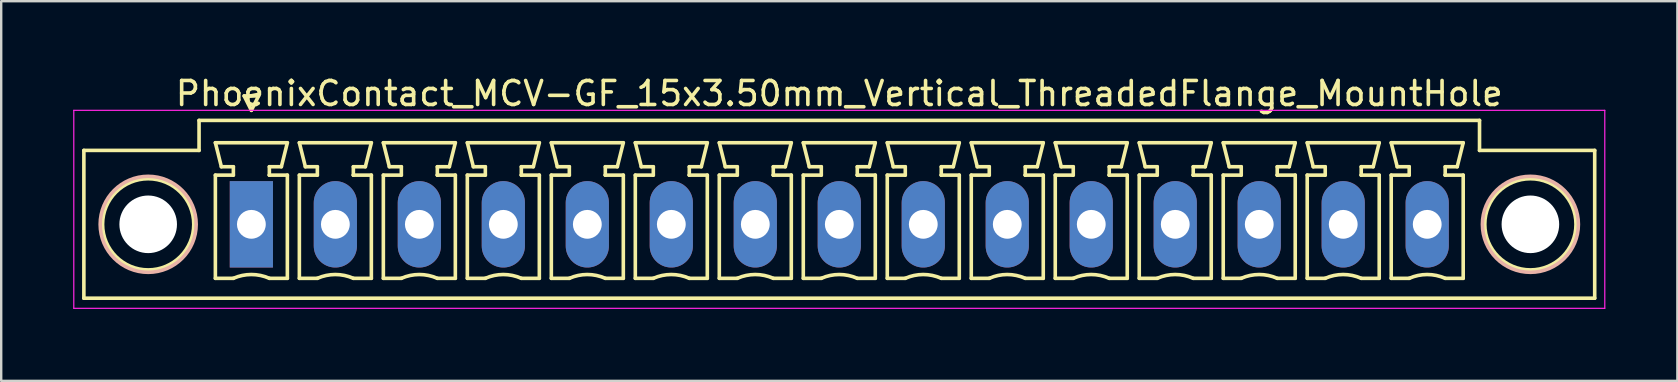
<source format=kicad_pcb>
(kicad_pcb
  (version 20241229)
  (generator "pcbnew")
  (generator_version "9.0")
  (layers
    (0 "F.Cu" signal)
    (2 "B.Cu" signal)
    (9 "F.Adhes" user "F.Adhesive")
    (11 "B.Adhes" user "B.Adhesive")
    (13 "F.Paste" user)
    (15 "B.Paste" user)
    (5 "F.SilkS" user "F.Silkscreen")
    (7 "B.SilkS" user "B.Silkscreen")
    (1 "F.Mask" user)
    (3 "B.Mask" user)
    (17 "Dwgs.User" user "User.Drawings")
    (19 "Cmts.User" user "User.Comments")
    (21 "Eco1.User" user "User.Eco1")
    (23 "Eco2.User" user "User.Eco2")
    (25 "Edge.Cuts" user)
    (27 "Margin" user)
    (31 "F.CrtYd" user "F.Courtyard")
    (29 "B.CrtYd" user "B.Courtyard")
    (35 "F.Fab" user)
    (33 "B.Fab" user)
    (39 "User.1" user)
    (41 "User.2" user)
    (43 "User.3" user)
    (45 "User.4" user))
  (footprint "PhoenixContact_MCV-GF_15x3.50mm_Vertical_ThreadedFlange_MountHole"
    (layer "F.Cu")
    (at 7.425 6.298)
    (property "Reference" "PhoenixContact_MCV-GF_15x3.50mm_Vertical_ThreadedFlange_MountHole" (at 24.5 -5.45 0) (layer "F.SilkS") (effects (font (size 1 1) (thickness 0.15))))
    (attr through_hole)
    (fp_line (start -6.98 -3.08) (end -6.98 3.08) (stroke (width 0.15) (type solid)) (layer "F.SilkS"))
    (fp_line (start -6.98 3.08) (end 55.98 3.08) (stroke (width 0.15) (type solid)) (layer "F.SilkS"))
    (fp_line (start -2.18 -4.33) (end -2.18 -3.08) (stroke (width 0.15) (type solid)) (layer "F.SilkS"))
    (fp_line (start -2.18 -3.08) (end -6.98 -3.08) (stroke (width 0.15) (type solid)) (layer "F.SilkS"))
    (fp_line (start -1.5 -3.4) (end 1.5 -3.4) (stroke (width 0.15) (type solid)) (layer "F.SilkS"))
    (fp_line (start -1.5 -2.05) (end -0.75 -2.05) (stroke (width 0.15) (type solid)) (layer "F.SilkS"))
    (fp_line (start -1.5 2.25) (end -1.5 -2.05) (stroke (width 0.15) (type solid)) (layer "F.SilkS"))
    (fp_line (start -1.25 -2.4) (end -1.5 -3.4) (stroke (width 0.15) (type solid)) (layer "F.SilkS"))
    (fp_line (start -0.75 -2.4) (end -1.25 -2.4) (stroke (width 0.15) (type solid)) (layer "F.SilkS"))
    (fp_line (start -0.75 -2.05) (end -0.75 -2.4) (stroke (width 0.15) (type solid)) (layer "F.SilkS"))
    (fp_line (start -0.75 2.25) (end -1.5 2.25) (stroke (width 0.15) (type solid)) (layer "F.SilkS"))
    (fp_line (start -0.3 -5.35) (end 0 -4.75) (stroke (width 0.15) (type solid)) (layer "F.SilkS"))
    (fp_line (start 0 -4.75) (end 0.3 -5.35) (stroke (width 0.15) (type solid)) (layer "F.SilkS"))
    (fp_line (start 0.3 -5.35) (end -0.3 -5.35) (stroke (width 0.15) (type solid)) (layer "F.SilkS"))
    (fp_line (start 0.75 -2.4) (end 0.75 -2.05) (stroke (width 0.15) (type solid)) (layer "F.SilkS"))
    (fp_line (start 0.75 -2.05) (end 0.75 -2.05) (stroke (width 0.15) (type solid)) (layer "F.SilkS"))
    (fp_line (start 0.75 -2.05) (end 1.5 -2.05) (stroke (width 0.15) (type solid)) (layer "F.SilkS"))
    (fp_line (start 1.25 -2.4) (end 0.75 -2.4) (stroke (width 0.15) (type solid)) (layer "F.SilkS"))
    (fp_line (start 1.5 -3.4) (end 1.25 -2.4) (stroke (width 0.15) (type solid)) (layer "F.SilkS"))
    (fp_line (start 1.5 -2.05) (end 1.5 2.25) (stroke (width 0.15) (type solid)) (layer "F.SilkS"))
    (fp_line (start 1.5 2.25) (end 0.75 2.25) (stroke (width 0.15) (type solid)) (layer "F.SilkS"))
    (fp_line (start 2 -3.4) (end 5 -3.4) (stroke (width 0.15) (type solid)) (layer "F.SilkS"))
    (fp_line (start 2 -2.05) (end 2.75 -2.05) (stroke (width 0.15) (type solid)) (layer "F.SilkS"))
    (fp_line (start 2 2.25) (end 2 -2.05) (stroke (width 0.15) (type solid)) (layer "F.SilkS"))
    (fp_line (start 2.25 -2.4) (end 2 -3.4) (stroke (width 0.15) (type solid)) (layer "F.SilkS"))
    (fp_line (start 2.75 -2.4) (end 2.25 -2.4) (stroke (width 0.15) (type solid)) (layer "F.SilkS"))
    (fp_line (start 2.75 -2.05) (end 2.75 -2.4) (stroke (width 0.15) (type solid)) (layer "F.SilkS"))
    (fp_line (start 2.75 2.25) (end 2 2.25) (stroke (width 0.15) (type solid)) (layer "F.SilkS"))
    (fp_line (start 4.25 -2.4) (end 4.25 -2.05) (stroke (width 0.15) (type solid)) (layer "F.SilkS"))
    (fp_line (start 4.25 -2.05) (end 4.25 -2.05) (stroke (width 0.15) (type solid)) (layer "F.SilkS"))
    (fp_line (start 4.25 -2.05) (end 5 -2.05) (stroke (width 0.15) (type solid)) (layer "F.SilkS"))
    (fp_line (start 4.75 -2.4) (end 4.25 -2.4) (stroke (width 0.15) (type solid)) (layer "F.SilkS"))
    (fp_line (start 5 -3.4) (end 4.75 -2.4) (stroke (width 0.15) (type solid)) (layer "F.SilkS"))
    (fp_line (start 5 -2.05) (end 5 2.25) (stroke (width 0.15) (type solid)) (layer "F.SilkS"))
    (fp_line (start 5 2.25) (end 4.25 2.25) (stroke (width 0.15) (type solid)) (layer "F.SilkS"))
    (fp_line (start 5.5 -3.4) (end 8.5 -3.4) (stroke (width 0.15) (type solid)) (layer "F.SilkS"))
    (fp_line (start 5.5 -2.05) (end 6.25 -2.05) (stroke (width 0.15) (type solid)) (layer "F.SilkS"))
    (fp_line (start 5.5 2.25) (end 5.5 -2.05) (stroke (width 0.15) (type solid)) (layer "F.SilkS"))
    (fp_line (start 5.75 -2.4) (end 5.5 -3.4) (stroke (width 0.15) (type solid)) (layer "F.SilkS"))
    (fp_line (start 6.25 -2.4) (end 5.75 -2.4) (stroke (width 0.15) (type solid)) (layer "F.SilkS"))
    (fp_line (start 6.25 -2.05) (end 6.25 -2.4) (stroke (width 0.15) (type solid)) (layer "F.SilkS"))
    (fp_line (start 6.25 2.25) (end 5.5 2.25) (stroke (width 0.15) (type solid)) (layer "F.SilkS"))
    (fp_line (start 7.75 -2.4) (end 7.75 -2.05) (stroke (width 0.15) (type solid)) (layer "F.SilkS"))
    (fp_line (start 7.75 -2.05) (end 7.75 -2.05) (stroke (width 0.15) (type solid)) (layer "F.SilkS"))
    (fp_line (start 7.75 -2.05) (end 8.5 -2.05) (stroke (width 0.15) (type solid)) (layer "F.SilkS"))
    (fp_line (start 8.25 -2.4) (end 7.75 -2.4) (stroke (width 0.15) (type solid)) (layer "F.SilkS"))
    (fp_line (start 8.5 -3.4) (end 8.25 -2.4) (stroke (width 0.15) (type solid)) (layer "F.SilkS"))
    (fp_line (start 8.5 -2.05) (end 8.5 2.25) (stroke (width 0.15) (type solid)) (layer "F.SilkS"))
    (fp_line (start 8.5 2.25) (end 7.75 2.25) (stroke (width 0.15) (type solid)) (layer "F.SilkS"))
    (fp_line (start 9 -3.4) (end 12 -3.4) (stroke (width 0.15) (type solid)) (layer "F.SilkS"))
    (fp_line (start 9 -2.05) (end 9.75 -2.05) (stroke (width 0.15) (type solid)) (layer "F.SilkS"))
    (fp_line (start 9 2.25) (end 9 -2.05) (stroke (width 0.15) (type solid)) (layer "F.SilkS"))
    (fp_line (start 9.25 -2.4) (end 9 -3.4) (stroke (width 0.15) (type solid)) (layer "F.SilkS"))
    (fp_line (start 9.75 -2.4) (end 9.25 -2.4) (stroke (width 0.15) (type solid)) (layer "F.SilkS"))
    (fp_line (start 9.75 -2.05) (end 9.75 -2.4) (stroke (width 0.15) (type solid)) (layer "F.SilkS"))
    (fp_line (start 9.75 2.25) (end 9 2.25) (stroke (width 0.15) (type solid)) (layer "F.SilkS"))
    (fp_line (start 11.25 -2.4) (end 11.25 -2.05) (stroke (width 0.15) (type solid)) (layer "F.SilkS"))
    (fp_line (start 11.25 -2.05) (end 11.25 -2.05) (stroke (width 0.15) (type solid)) (layer "F.SilkS"))
    (fp_line (start 11.25 -2.05) (end 12 -2.05) (stroke (width 0.15) (type solid)) (layer "F.SilkS"))
    (fp_line (start 11.75 -2.4) (end 11.25 -2.4) (stroke (width 0.15) (type solid)) (layer "F.SilkS"))
    (fp_line (start 12 -3.4) (end 11.75 -2.4) (stroke (width 0.15) (type solid)) (layer "F.SilkS"))
    (fp_line (start 12 -2.05) (end 12 2.25) (stroke (width 0.15) (type solid)) (layer "F.SilkS"))
    (fp_line (start 12 2.25) (end 11.25 2.25) (stroke (width 0.15) (type solid)) (layer "F.SilkS"))
    (fp_line (start 12.5 -3.4) (end 15.5 -3.4) (stroke (width 0.15) (type solid)) (layer "F.SilkS"))
    (fp_line (start 12.5 -2.05) (end 13.25 -2.05) (stroke (width 0.15) (type solid)) (layer "F.SilkS"))
    (fp_line (start 12.5 2.25) (end 12.5 -2.05) (stroke (width 0.15) (type solid)) (layer "F.SilkS"))
    (fp_line (start 12.75 -2.4) (end 12.5 -3.4) (stroke (width 0.15) (type solid)) (layer "F.SilkS"))
    (fp_line (start 13.25 -2.4) (end 12.75 -2.4) (stroke (width 0.15) (type solid)) (layer "F.SilkS"))
    (fp_line (start 13.25 -2.05) (end 13.25 -2.4) (stroke (width 0.15) (type solid)) (layer "F.SilkS"))
    (fp_line (start 13.25 2.25) (end 12.5 2.25) (stroke (width 0.15) (type solid)) (layer "F.SilkS"))
    (fp_line (start 14.75 -2.4) (end 14.75 -2.05) (stroke (width 0.15) (type solid)) (layer "F.SilkS"))
    (fp_line (start 14.75 -2.05) (end 14.75 -2.05) (stroke (width 0.15) (type solid)) (layer "F.SilkS"))
    (fp_line (start 14.75 -2.05) (end 15.5 -2.05) (stroke (width 0.15) (type solid)) (layer "F.SilkS"))
    (fp_line (start 15.25 -2.4) (end 14.75 -2.4) (stroke (width 0.15) (type solid)) (layer "F.SilkS"))
    (fp_line (start 15.5 -3.4) (end 15.25 -2.4) (stroke (width 0.15) (type solid)) (layer "F.SilkS"))
    (fp_line (start 15.5 -2.05) (end 15.5 2.25) (stroke (width 0.15) (type solid)) (layer "F.SilkS"))
    (fp_line (start 15.5 2.25) (end 14.75 2.25) (stroke (width 0.15) (type solid)) (layer "F.SilkS"))
    (fp_line (start 16 -3.4) (end 19 -3.4) (stroke (width 0.15) (type solid)) (layer "F.SilkS"))
    (fp_line (start 16 -2.05) (end 16.75 -2.05) (stroke (width 0.15) (type solid)) (layer "F.SilkS"))
    (fp_line (start 16 2.25) (end 16 -2.05) (stroke (width 0.15) (type solid)) (layer "F.SilkS"))
    (fp_line (start 16.25 -2.4) (end 16 -3.4) (stroke (width 0.15) (type solid)) (layer "F.SilkS"))
    (fp_line (start 16.75 -2.4) (end 16.25 -2.4) (stroke (width 0.15) (type solid)) (layer "F.SilkS"))
    (fp_line (start 16.75 -2.05) (end 16.75 -2.4) (stroke (width 0.15) (type solid)) (layer "F.SilkS"))
    (fp_line (start 16.75 2.25) (end 16 2.25) (stroke (width 0.15) (type solid)) (layer "F.SilkS"))
    (fp_line (start 18.25 -2.4) (end 18.25 -2.05) (stroke (width 0.15) (type solid)) (layer "F.SilkS"))
    (fp_line (start 18.25 -2.05) (end 18.25 -2.05) (stroke (width 0.15) (type solid)) (layer "F.SilkS"))
    (fp_line (start 18.25 -2.05) (end 19 -2.05) (stroke (width 0.15) (type solid)) (layer "F.SilkS"))
    (fp_line (start 18.75 -2.4) (end 18.25 -2.4) (stroke (width 0.15) (type solid)) (layer "F.SilkS"))
    (fp_line (start 19 -3.4) (end 18.75 -2.4) (stroke (width 0.15) (type solid)) (layer "F.SilkS"))
    (fp_line (start 19 -2.05) (end 19 2.25) (stroke (width 0.15) (type solid)) (layer "F.SilkS"))
    (fp_line (start 19 2.25) (end 18.25 2.25) (stroke (width 0.15) (type solid)) (layer "F.SilkS"))
    (fp_line (start 19.5 -3.4) (end 22.5 -3.4) (stroke (width 0.15) (type solid)) (layer "F.SilkS"))
    (fp_line (start 19.5 -2.05) (end 20.25 -2.05) (stroke (width 0.15) (type solid)) (layer "F.SilkS"))
    (fp_line (start 19.5 2.25) (end 19.5 -2.05) (stroke (width 0.15) (type solid)) (layer "F.SilkS"))
    (fp_line (start 19.75 -2.4) (end 19.5 -3.4) (stroke (width 0.15) (type solid)) (layer "F.SilkS"))
    (fp_line (start 20.25 -2.4) (end 19.75 -2.4) (stroke (width 0.15) (type solid)) (layer "F.SilkS"))
    (fp_line (start 20.25 -2.05) (end 20.25 -2.4) (stroke (width 0.15) (type solid)) (layer "F.SilkS"))
    (fp_line (start 20.25 2.25) (end 19.5 2.25) (stroke (width 0.15) (type solid)) (layer "F.SilkS"))
    (fp_line (start 21.75 -2.4) (end 21.75 -2.05) (stroke (width 0.15) (type solid)) (layer "F.SilkS"))
    (fp_line (start 21.75 -2.05) (end 21.75 -2.05) (stroke (width 0.15) (type solid)) (layer "F.SilkS"))
    (fp_line (start 21.75 -2.05) (end 22.5 -2.05) (stroke (width 0.15) (type solid)) (layer "F.SilkS"))
    (fp_line (start 22.25 -2.4) (end 21.75 -2.4) (stroke (width 0.15) (type solid)) (layer "F.SilkS"))
    (fp_line (start 22.5 -3.4) (end 22.25 -2.4) (stroke (width 0.15) (type solid)) (layer "F.SilkS"))
    (fp_line (start 22.5 -2.05) (end 22.5 2.25) (stroke (width 0.15) (type solid)) (layer "F.SilkS"))
    (fp_line (start 22.5 2.25) (end 21.75 2.25) (stroke (width 0.15) (type solid)) (layer "F.SilkS"))
    (fp_line (start 23 -3.4) (end 26 -3.4) (stroke (width 0.15) (type solid)) (layer "F.SilkS"))
    (fp_line (start 23 -2.05) (end 23.75 -2.05) (stroke (width 0.15) (type solid)) (layer "F.SilkS"))
    (fp_line (start 23 2.25) (end 23 -2.05) (stroke (width 0.15) (type solid)) (layer "F.SilkS"))
    (fp_line (start 23.25 -2.4) (end 23 -3.4) (stroke (width 0.15) (type solid)) (layer "F.SilkS"))
    (fp_line (start 23.75 -2.4) (end 23.25 -2.4) (stroke (width 0.15) (type solid)) (layer "F.SilkS"))
    (fp_line (start 23.75 -2.05) (end 23.75 -2.4) (stroke (width 0.15) (type solid)) (layer "F.SilkS"))
    (fp_line (start 23.75 2.25) (end 23 2.25) (stroke (width 0.15) (type solid)) (layer "F.SilkS"))
    (fp_line (start 25.25 -2.4) (end 25.25 -2.05) (stroke (width 0.15) (type solid)) (layer "F.SilkS"))
    (fp_line (start 25.25 -2.05) (end 25.25 -2.05) (stroke (width 0.15) (type solid)) (layer "F.SilkS"))
    (fp_line (start 25.25 -2.05) (end 26 -2.05) (stroke (width 0.15) (type solid)) (layer "F.SilkS"))
    (fp_line (start 25.75 -2.4) (end 25.25 -2.4) (stroke (width 0.15) (type solid)) (layer "F.SilkS"))
    (fp_line (start 26 -3.4) (end 25.75 -2.4) (stroke (width 0.15) (type solid)) (layer "F.SilkS"))
    (fp_line (start 26 -2.05) (end 26 2.25) (stroke (width 0.15) (type solid)) (layer "F.SilkS"))
    (fp_line (start 26 2.25) (end 25.25 2.25) (stroke (width 0.15) (type solid)) (layer "F.SilkS"))
    (fp_line (start 26.5 -3.4) (end 29.5 -3.4) (stroke (width 0.15) (type solid)) (layer "F.SilkS"))
    (fp_line (start 26.5 -2.05) (end 27.25 -2.05) (stroke (width 0.15) (type solid)) (layer "F.SilkS"))
    (fp_line (start 26.5 2.25) (end 26.5 -2.05) (stroke (width 0.15) (type solid)) (layer "F.SilkS"))
    (fp_line (start 26.75 -2.4) (end 26.5 -3.4) (stroke (width 0.15) (type solid)) (layer "F.SilkS"))
    (fp_line (start 27.25 -2.4) (end 26.75 -2.4) (stroke (width 0.15) (type solid)) (layer "F.SilkS"))
    (fp_line (start 27.25 -2.05) (end 27.25 -2.4) (stroke (width 0.15) (type solid)) (layer "F.SilkS"))
    (fp_line (start 27.25 2.25) (end 26.5 2.25) (stroke (width 0.15) (type solid)) (layer "F.SilkS"))
    (fp_line (start 28.75 -2.4) (end 28.75 -2.05) (stroke (width 0.15) (type solid)) (layer "F.SilkS"))
    (fp_line (start 28.75 -2.05) (end 28.75 -2.05) (stroke (width 0.15) (type solid)) (layer "F.SilkS"))
    (fp_line (start 28.75 -2.05) (end 29.5 -2.05) (stroke (width 0.15) (type solid)) (layer "F.SilkS"))
    (fp_line (start 29.25 -2.4) (end 28.75 -2.4) (stroke (width 0.15) (type solid)) (layer "F.SilkS"))
    (fp_line (start 29.5 -3.4) (end 29.25 -2.4) (stroke (width 0.15) (type solid)) (layer "F.SilkS"))
    (fp_line (start 29.5 -2.05) (end 29.5 2.25) (stroke (width 0.15) (type solid)) (layer "F.SilkS"))
    (fp_line (start 29.5 2.25) (end 28.75 2.25) (stroke (width 0.15) (type solid)) (layer "F.SilkS"))
    (fp_line (start 30 -3.4) (end 33 -3.4) (stroke (width 0.15) (type solid)) (layer "F.SilkS"))
    (fp_line (start 30 -2.05) (end 30.75 -2.05) (stroke (width 0.15) (type solid)) (layer "F.SilkS"))
    (fp_line (start 30 2.25) (end 30 -2.05) (stroke (width 0.15) (type solid)) (layer "F.SilkS"))
    (fp_line (start 30.25 -2.4) (end 30 -3.4) (stroke (width 0.15) (type solid)) (layer "F.SilkS"))
    (fp_line (start 30.75 -2.4) (end 30.25 -2.4) (stroke (width 0.15) (type solid)) (layer "F.SilkS"))
    (fp_line (start 30.75 -2.05) (end 30.75 -2.4) (stroke (width 0.15) (type solid)) (layer "F.SilkS"))
    (fp_line (start 30.75 2.25) (end 30 2.25) (stroke (width 0.15) (type solid)) (layer "F.SilkS"))
    (fp_line (start 32.25 -2.4) (end 32.25 -2.05) (stroke (width 0.15) (type solid)) (layer "F.SilkS"))
    (fp_line (start 32.25 -2.05) (end 32.25 -2.05) (stroke (width 0.15) (type solid)) (layer "F.SilkS"))
    (fp_line (start 32.25 -2.05) (end 33 -2.05) (stroke (width 0.15) (type solid)) (layer "F.SilkS"))
    (fp_line (start 32.75 -2.4) (end 32.25 -2.4) (stroke (width 0.15) (type solid)) (layer "F.SilkS"))
    (fp_line (start 33 -3.4) (end 32.75 -2.4) (stroke (width 0.15) (type solid)) (layer "F.SilkS"))
    (fp_line (start 33 -2.05) (end 33 2.25) (stroke (width 0.15) (type solid)) (layer "F.SilkS"))
    (fp_line (start 33 2.25) (end 32.25 2.25) (stroke (width 0.15) (type solid)) (layer "F.SilkS"))
    (fp_line (start 33.5 -3.4) (end 36.5 -3.4) (stroke (width 0.15) (type solid)) (layer "F.SilkS"))
    (fp_line (start 33.5 -2.05) (end 34.25 -2.05) (stroke (width 0.15) (type solid)) (layer "F.SilkS"))
    (fp_line (start 33.5 2.25) (end 33.5 -2.05) (stroke (width 0.15) (type solid)) (layer "F.SilkS"))
    (fp_line (start 33.75 -2.4) (end 33.5 -3.4) (stroke (width 0.15) (type solid)) (layer "F.SilkS"))
    (fp_line (start 34.25 -2.4) (end 33.75 -2.4) (stroke (width 0.15) (type solid)) (layer "F.SilkS"))
    (fp_line (start 34.25 -2.05) (end 34.25 -2.4) (stroke (width 0.15) (type solid)) (layer "F.SilkS"))
    (fp_line (start 34.25 2.25) (end 33.5 2.25) (stroke (width 0.15) (type solid)) (layer "F.SilkS"))
    (fp_line (start 35.75 -2.4) (end 35.75 -2.05) (stroke (width 0.15) (type solid)) (layer "F.SilkS"))
    (fp_line (start 35.75 -2.05) (end 35.75 -2.05) (stroke (width 0.15) (type solid)) (layer "F.SilkS"))
    (fp_line (start 35.75 -2.05) (end 36.5 -2.05) (stroke (width 0.15) (type solid)) (layer "F.SilkS"))
    (fp_line (start 36.25 -2.4) (end 35.75 -2.4) (stroke (width 0.15) (type solid)) (layer "F.SilkS"))
    (fp_line (start 36.5 -3.4) (end 36.25 -2.4) (stroke (width 0.15) (type solid)) (layer "F.SilkS"))
    (fp_line (start 36.5 -2.05) (end 36.5 2.25) (stroke (width 0.15) (type solid)) (layer "F.SilkS"))
    (fp_line (start 36.5 2.25) (end 35.75 2.25) (stroke (width 0.15) (type solid)) (layer "F.SilkS"))
    (fp_line (start 37 -3.4) (end 40 -3.4) (stroke (width 0.15) (type solid)) (layer "F.SilkS"))
    (fp_line (start 37 -2.05) (end 37.75 -2.05) (stroke (width 0.15) (type solid)) (layer "F.SilkS"))
    (fp_line (start 37 2.25) (end 37 -2.05) (stroke (width 0.15) (type solid)) (layer "F.SilkS"))
    (fp_line (start 37.25 -2.4) (end 37 -3.4) (stroke (width 0.15) (type solid)) (layer "F.SilkS"))
    (fp_line (start 37.75 -2.4) (end 37.25 -2.4) (stroke (width 0.15) (type solid)) (layer "F.SilkS"))
    (fp_line (start 37.75 -2.05) (end 37.75 -2.4) (stroke (width 0.15) (type solid)) (layer "F.SilkS"))
    (fp_line (start 37.75 2.25) (end 37 2.25) (stroke (width 0.15) (type solid)) (layer "F.SilkS"))
    (fp_line (start 39.25 -2.4) (end 39.25 -2.05) (stroke (width 0.15) (type solid)) (layer "F.SilkS"))
    (fp_line (start 39.25 -2.05) (end 39.25 -2.05) (stroke (width 0.15) (type solid)) (layer "F.SilkS"))
    (fp_line (start 39.25 -2.05) (end 40 -2.05) (stroke (width 0.15) (type solid)) (layer "F.SilkS"))
    (fp_line (start 39.75 -2.4) (end 39.25 -2.4) (stroke (width 0.15) (type solid)) (layer "F.SilkS"))
    (fp_line (start 40 -3.4) (end 39.75 -2.4) (stroke (width 0.15) (type solid)) (layer "F.SilkS"))
    (fp_line (start 40 -2.05) (end 40 2.25) (stroke (width 0.15) (type solid)) (layer "F.SilkS"))
    (fp_line (start 40 2.25) (end 39.25 2.25) (stroke (width 0.15) (type solid)) (layer "F.SilkS"))
    (fp_line (start 40.5 -3.4) (end 43.5 -3.4) (stroke (width 0.15) (type solid)) (layer "F.SilkS"))
    (fp_line (start 40.5 -2.05) (end 41.25 -2.05) (stroke (width 0.15) (type solid)) (layer "F.SilkS"))
    (fp_line (start 40.5 2.25) (end 40.5 -2.05) (stroke (width 0.15) (type solid)) (layer "F.SilkS"))
    (fp_line (start 40.75 -2.4) (end 40.5 -3.4) (stroke (width 0.15) (type solid)) (layer "F.SilkS"))
    (fp_line (start 41.25 -2.4) (end 40.75 -2.4) (stroke (width 0.15) (type solid)) (layer "F.SilkS"))
    (fp_line (start 41.25 -2.05) (end 41.25 -2.4) (stroke (width 0.15) (type solid)) (layer "F.SilkS"))
    (fp_line (start 41.25 2.25) (end 40.5 2.25) (stroke (width 0.15) (type solid)) (layer "F.SilkS"))
    (fp_line (start 42.75 -2.4) (end 42.75 -2.05) (stroke (width 0.15) (type solid)) (layer "F.SilkS"))
    (fp_line (start 42.75 -2.05) (end 42.75 -2.05) (stroke (width 0.15) (type solid)) (layer "F.SilkS"))
    (fp_line (start 42.75 -2.05) (end 43.5 -2.05) (stroke (width 0.15) (type solid)) (layer "F.SilkS"))
    (fp_line (start 43.25 -2.4) (end 42.75 -2.4) (stroke (width 0.15) (type solid)) (layer "F.SilkS"))
    (fp_line (start 43.5 -3.4) (end 43.25 -2.4) (stroke (width 0.15) (type solid)) (layer "F.SilkS"))
    (fp_line (start 43.5 -2.05) (end 43.5 2.25) (stroke (width 0.15) (type solid)) (layer "F.SilkS"))
    (fp_line (start 43.5 2.25) (end 42.75 2.25) (stroke (width 0.15) (type solid)) (layer "F.SilkS"))
    (fp_line (start 44 -3.4) (end 47 -3.4) (stroke (width 0.15) (type solid)) (layer "F.SilkS"))
    (fp_line (start 44 -2.05) (end 44.75 -2.05) (stroke (width 0.15) (type solid)) (layer "F.SilkS"))
    (fp_line (start 44 2.25) (end 44 -2.05) (stroke (width 0.15) (type solid)) (layer "F.SilkS"))
    (fp_line (start 44.25 -2.4) (end 44 -3.4) (stroke (width 0.15) (type solid)) (layer "F.SilkS"))
    (fp_line (start 44.75 -2.4) (end 44.25 -2.4) (stroke (width 0.15) (type solid)) (layer "F.SilkS"))
    (fp_line (start 44.75 -2.05) (end 44.75 -2.4) (stroke (width 0.15) (type solid)) (layer "F.SilkS"))
    (fp_line (start 44.75 2.25) (end 44 2.25) (stroke (width 0.15) (type solid)) (layer "F.SilkS"))
    (fp_line (start 46.25 -2.4) (end 46.25 -2.05) (stroke (width 0.15) (type solid)) (layer "F.SilkS"))
    (fp_line (start 46.25 -2.05) (end 46.25 -2.05) (stroke (width 0.15) (type solid)) (layer "F.SilkS"))
    (fp_line (start 46.25 -2.05) (end 47 -2.05) (stroke (width 0.15) (type solid)) (layer "F.SilkS"))
    (fp_line (start 46.75 -2.4) (end 46.25 -2.4) (stroke (width 0.15) (type solid)) (layer "F.SilkS"))
    (fp_line (start 47 -3.4) (end 46.75 -2.4) (stroke (width 0.15) (type solid)) (layer "F.SilkS"))
    (fp_line (start 47 -2.05) (end 47 2.25) (stroke (width 0.15) (type solid)) (layer "F.SilkS"))
    (fp_line (start 47 2.25) (end 46.25 2.25) (stroke (width 0.15) (type solid)) (layer "F.SilkS"))
    (fp_line (start 47.5 -3.4) (end 50.5 -3.4) (stroke (width 0.15) (type solid)) (layer "F.SilkS"))
    (fp_line (start 47.5 -2.05) (end 48.25 -2.05) (stroke (width 0.15) (type solid)) (layer "F.SilkS"))
    (fp_line (start 47.5 2.25) (end 47.5 -2.05) (stroke (width 0.15) (type solid)) (layer "F.SilkS"))
    (fp_line (start 47.75 -2.4) (end 47.5 -3.4) (stroke (width 0.15) (type solid)) (layer "F.SilkS"))
    (fp_line (start 48.25 -2.4) (end 47.75 -2.4) (stroke (width 0.15) (type solid)) (layer "F.SilkS"))
    (fp_line (start 48.25 -2.05) (end 48.25 -2.4) (stroke (width 0.15) (type solid)) (layer "F.SilkS"))
    (fp_line (start 48.25 2.25) (end 47.5 2.25) (stroke (width 0.15) (type solid)) (layer "F.SilkS"))
    (fp_line (start 49.75 -2.4) (end 49.75 -2.05) (stroke (width 0.15) (type solid)) (layer "F.SilkS"))
    (fp_line (start 49.75 -2.05) (end 49.75 -2.05) (stroke (width 0.15) (type solid)) (layer "F.SilkS"))
    (fp_line (start 49.75 -2.05) (end 50.5 -2.05) (stroke (width 0.15) (type solid)) (layer "F.SilkS"))
    (fp_line (start 50.25 -2.4) (end 49.75 -2.4) (stroke (width 0.15) (type solid)) (layer "F.SilkS"))
    (fp_line (start 50.5 -3.4) (end 50.25 -2.4) (stroke (width 0.15) (type solid)) (layer "F.SilkS"))
    (fp_line (start 50.5 -2.05) (end 50.5 2.25) (stroke (width 0.15) (type solid)) (layer "F.SilkS"))
    (fp_line (start 50.5 2.25) (end 49.75 2.25) (stroke (width 0.15) (type solid)) (layer "F.SilkS"))
    (fp_line (start 51.18 -4.33) (end -2.18 -4.33) (stroke (width 0.15) (type solid)) (layer "F.SilkS"))
    (fp_line (start 51.18 -3.08) (end 51.18 -4.33) (stroke (width 0.15) (type solid)) (layer "F.SilkS"))
    (fp_line (start 55.98 -3.08) (end 51.18 -3.08) (stroke (width 0.15) (type solid)) (layer "F.SilkS"))
    (fp_line (start 55.98 3.08) (end 55.98 -3.08) (stroke (width 0.15) (type solid)) (layer "F.SilkS"))
    (fp_arc (start -0.75 2.25) (mid -0.000193 2.09191) (end 0.749647 2.249844) (stroke (width 0.15) (type solid)) (layer "F.SilkS"))
    (fp_arc (start 2.75 2.25) (mid 3.499807 2.09191) (end 4.249647 2.249844) (stroke (width 0.15) (type solid)) (layer "F.SilkS"))
    (fp_arc (start 6.25 2.25) (mid 6.999807 2.09191) (end 7.749647 2.249844) (stroke (width 0.15) (type solid)) (layer "F.SilkS"))
    (fp_arc (start 9.75 2.25) (mid 10.499807 2.09191) (end 11.249647 2.249844) (stroke (width 0.15) (type solid)) (layer "F.SilkS"))
    (fp_arc (start 13.25 2.25) (mid 13.999807 2.09191) (end 14.749647 2.249844) (stroke (width 0.15) (type solid)) (layer "F.SilkS"))
    (fp_arc (start 16.75 2.25) (mid 17.499807 2.09191) (end 18.249647 2.249844) (stroke (width 0.15) (type solid)) (layer "F.SilkS"))
    (fp_arc (start 20.25 2.25) (mid 20.999807 2.09191) (end 21.749647 2.249844) (stroke (width 0.15) (type solid)) (layer "F.SilkS"))
    (fp_arc (start 23.75 2.25) (mid 24.499807 2.09191) (end 25.249647 2.249844) (stroke (width 0.15) (type solid)) (layer "F.SilkS"))
    (fp_arc (start 27.25 2.25) (mid 27.999807 2.09191) (end 28.749647 2.249844) (stroke (width 0.15) (type solid)) (layer "F.SilkS"))
    (fp_arc (start 30.75 2.25) (mid 31.499807 2.09191) (end 32.249647 2.249844) (stroke (width 0.15) (type solid)) (layer "F.SilkS"))
    (fp_arc (start 34.25 2.25) (mid 34.999807 2.09191) (end 35.749647 2.249844) (stroke (width 0.15) (type solid)) (layer "F.SilkS"))
    (fp_arc (start 37.75 2.25) (mid 38.499807 2.09191) (end 39.249647 2.249844) (stroke (width 0.15) (type solid)) (layer "F.SilkS"))
    (fp_arc (start 41.25 2.25) (mid 41.999807 2.09191) (end 42.749647 2.249844) (stroke (width 0.15) (type solid)) (layer "F.SilkS"))
    (fp_arc (start 44.75 2.25) (mid 45.499807 2.09191) (end 46.249647 2.249844) (stroke (width 0.15) (type solid)) (layer "F.SilkS"))
    (fp_arc (start 48.25 2.25) (mid 48.999807 2.09191) (end 49.749647 2.249844) (stroke (width 0.15) (type solid)) (layer "F.SilkS"))
    (fp_circle (center -4.3 0) (end -2.4 0) (stroke (width 0.15) (type solid)) (fill no) (layer "F.SilkS"))
    (fp_circle (center 53.3 0) (end 55.2 0) (stroke (width 0.15) (type solid)) (fill no) (layer "F.SilkS"))
    (fp_circle (center -4.3 0) (end -2.3 0) (stroke (width 0.15) (type solid)) (fill no) (layer "B.SilkS"))
    (fp_circle (center 53.3 0) (end 55.3 0) (stroke (width 0.15) (type solid)) (fill no) (layer "B.SilkS"))
    (fp_line (start -7.4 -4.75) (end -7.4 3.5) (stroke (width 0.05) (type solid)) (layer "F.CrtYd"))
    (fp_line (start -7.4 3.5) (end 56.4 3.5) (stroke (width 0.05) (type solid)) (layer "F.CrtYd"))
    (fp_line (start 56.4 -4.75) (end -7.4 -4.75) (stroke (width 0.05) (type solid)) (layer "F.CrtYd"))
    (fp_line (start 56.4 3.5) (end 56.4 -4.75) (stroke (width 0.05) (type solid)) (layer "F.CrtYd"))
    (pad "" np_thru_hole circle (at -4.3 0) (size 2.4 2.4) (drill 2.4) (layers "*.Cu" "*.Mask"))
    (pad "" np_thru_hole circle (at 53.3 0) (size 2.4 2.4) (drill 2.4) (layers "*.Cu" "*.Mask"))
    (pad "1" thru_hole rect (at 0 0) (size 1.8 3.6) (drill 1.2) (layers "*.Cu" "*.Mask"))
    (pad "2" thru_hole oval (at 3.5 0) (size 1.8 3.6) (drill 1.2) (layers "*.Cu" "*.Mask"))
    (pad "3" thru_hole oval (at 7 0) (size 1.8 3.6) (drill 1.2) (layers "*.Cu" "*.Mask"))
    (pad "4" thru_hole oval (at 10.5 0) (size 1.8 3.6) (drill 1.2) (layers "*.Cu" "*.Mask"))
    (pad "5" thru_hole oval (at 14 0) (size 1.8 3.6) (drill 1.2) (layers "*.Cu" "*.Mask"))
    (pad "6" thru_hole oval (at 17.5 0) (size 1.8 3.6) (drill 1.2) (layers "*.Cu" "*.Mask"))
    (pad "7" thru_hole oval (at 21 0) (size 1.8 3.6) (drill 1.2) (layers "*.Cu" "*.Mask"))
    (pad "8" thru_hole oval (at 24.5 0) (size 1.8 3.6) (drill 1.2) (layers "*.Cu" "*.Mask"))
    (pad "9" thru_hole oval (at 28 0) (size 1.8 3.6) (drill 1.2) (layers "*.Cu" "*.Mask"))
    (pad "10" thru_hole oval (at 31.5 0) (size 1.8 3.6) (drill 1.2) (layers "*.Cu" "*.Mask"))
    (pad "11" thru_hole oval (at 35 0) (size 1.8 3.6) (drill 1.2) (layers "*.Cu" "*.Mask"))
    (pad "12" thru_hole oval (at 38.5 0) (size 1.8 3.6) (drill 1.2) (layers "*.Cu" "*.Mask"))
    (pad "13" thru_hole oval (at 42 0) (size 1.8 3.6) (drill 1.2) (layers "*.Cu" "*.Mask"))
    (pad "14" thru_hole oval (at 45.5 0) (size 1.8 3.6) (drill 1.2) (layers "*.Cu" "*.Mask"))
    (pad "15" thru_hole oval (at 49 0) (size 1.8 3.6) (drill 1.2) (layers "*.Cu" "*.Mask")))
  (gr_rect
    (start -3 -3)
    (end 66.85 12.823)
    (stroke (width 0.1) (type default))
    (fill no)
    (layer "Edge.Cuts")))
</source>
